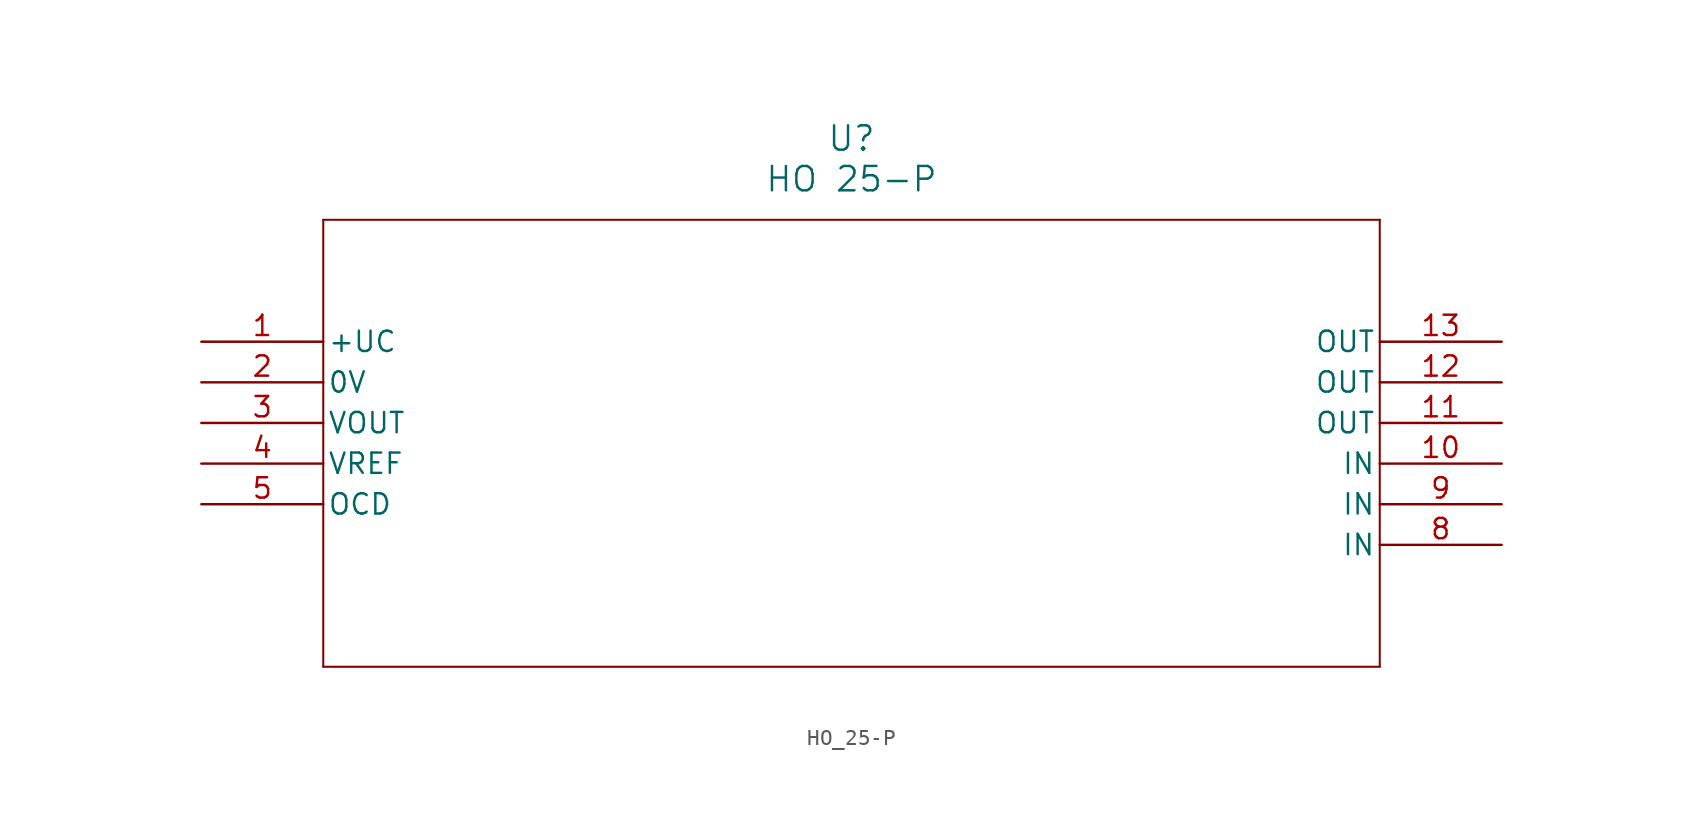
<source format=kicad_sym>
(kicad_symbol_lib
  (version 20211014)
  (generator kicad_symbol_editor)
  (symbol "HO_25-P"
    (pin_names
      (offset 0.254))
    (property "Reference" "U"
      (at 40.64 12.7 0)
      (effects (font (size 1.524 1.524))))
    (property "Value" "HO 25-P"
      (at 40.64 10.16 0)
      (effects (font (size 1.524 1.524))))
    (symbol "HO_25-P_0_1"
      (polyline (pts (xy 7.62 7.62) (xy 7.62 -20.32)) (stroke (width 0.127) (type default) (color 0 0 0 0)) (fill (type none)))
      (polyline (pts (xy 7.62 -20.32) (xy 73.66 -20.32)) (stroke (width 0.127) (type default) (color 0 0 0 0)) (fill (type none)))
      (polyline (pts (xy 73.66 -20.32) (xy 73.66 7.62)) (stroke (width 0.127) (type default) (color 0 0 0 0)) (fill (type none)))
      (polyline (pts (xy 73.66 7.62) (xy 7.62 7.62)) (stroke (width 0.127) (type default) (color 0 0 0 0)) (fill (type none)))
      (pin unspecified line (at 0 0 0) (length 7.62) (name "+UC" (effects (font (size 1.27 1.27)))) (number "1" (effects (font (size 1.27 1.27)))))
      (pin power_out line (at 0 -2.54 0) (length 7.62) (name "0V" (effects (font (size 1.27 1.27)))) (number "2" (effects (font (size 1.27 1.27)))))
      (pin output line (at 0 -5.08 0) (length 7.62) (name "VOUT" (effects (font (size 1.27 1.27)))) (number "3" (effects (font (size 1.27 1.27)))))
      (pin power_in line (at 0 -7.62 0) (length 7.62) (name "VREF" (effects (font (size 1.27 1.27)))) (number "4" (effects (font (size 1.27 1.27)))))
      (pin unspecified line (at 0 -10.16 0) (length 7.62) (name "OCD" (effects (font (size 1.27 1.27)))) (number "5" (effects (font (size 1.27 1.27)))))
      (pin input line (at 81.28 -12.7 180) (length 7.62) (name "IN" (effects (font (size 1.27 1.27)))) (number "8" (effects (font (size 1.27 1.27)))))
      (pin input line (at 81.28 -10.16 180) (length 7.62) (name "IN" (effects (font (size 1.27 1.27)))) (number "9" (effects (font (size 1.27 1.27)))))
      (pin input line (at 81.28 -7.62 180) (length 7.62) (name "IN" (effects (font (size 1.27 1.27)))) (number "10" (effects (font (size 1.27 1.27)))))
      (pin output line (at 81.28 -5.08 180) (length 7.62) (name "OUT" (effects (font (size 1.27 1.27)))) (number "11" (effects (font (size 1.27 1.27)))))
      (pin output line (at 81.28 -2.54 180) (length 7.62) (name "OUT" (effects (font (size 1.27 1.27)))) (number "12" (effects (font (size 1.27 1.27)))))
      (pin output line (at 81.28 0 180) (length 7.62) (name "OUT" (effects (font (size 1.27 1.27)))) (number "13" (effects (font (size 1.27 1.27))))))))
</source>
